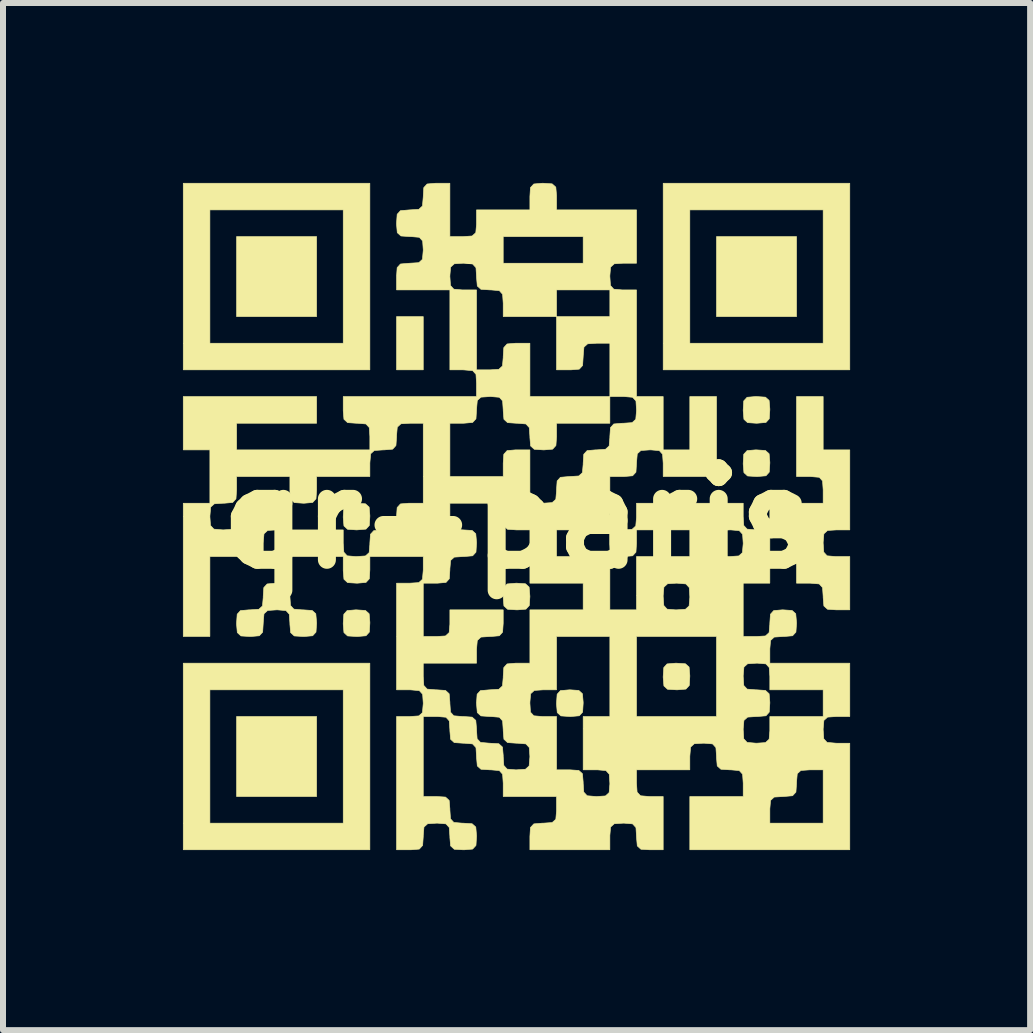
<source format=kicad_pcb>
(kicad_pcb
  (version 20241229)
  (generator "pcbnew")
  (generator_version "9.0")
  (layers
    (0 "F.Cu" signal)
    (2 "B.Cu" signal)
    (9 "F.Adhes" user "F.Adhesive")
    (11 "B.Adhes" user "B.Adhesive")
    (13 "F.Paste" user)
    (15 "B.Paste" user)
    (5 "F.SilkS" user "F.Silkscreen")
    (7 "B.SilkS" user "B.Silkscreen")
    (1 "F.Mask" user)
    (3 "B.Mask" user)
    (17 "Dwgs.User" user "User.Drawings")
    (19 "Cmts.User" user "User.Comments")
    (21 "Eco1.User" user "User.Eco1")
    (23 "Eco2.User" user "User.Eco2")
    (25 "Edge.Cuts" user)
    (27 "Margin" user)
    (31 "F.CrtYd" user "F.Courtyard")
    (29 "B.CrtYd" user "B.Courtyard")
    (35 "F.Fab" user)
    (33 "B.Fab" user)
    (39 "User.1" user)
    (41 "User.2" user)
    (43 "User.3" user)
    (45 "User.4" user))
  (footprint "qr-paris"
    (layer "F.Cu")
    (at 5.593 5.593)
    (property "Reference" "qr-paris" (at 0 0 0) (layer "F.SilkS") (effects (font (size 1.524 1.524) (thickness 0.3))))
    (attr through_hole)
    (fp_poly (pts (xy -3.365 -3.365) (xy -4.699 -3.365) (xy -4.699 -4.699) (xy -3.365 -4.699) (xy -3.365 -3.365)) (stroke (width 0.01) (type solid)) (fill yes) (layer "F.SilkS"))
    (fp_poly (pts (xy -3.365 4.636) (xy -4.699 4.636) (xy -4.699 3.302) (xy -3.365 3.302) (xy -3.365 4.636)) (stroke (width 0.01) (type solid)) (fill yes) (layer "F.SilkS"))
    (fp_poly (pts (xy -1.587 -2.477) (xy -2.032 -2.477) (xy -2.032 -3.365) (xy -1.587 -3.365) (xy -1.587 -2.477)) (stroke (width 0.01) (type solid)) (fill yes) (layer "F.SilkS"))
    (fp_poly (pts (xy 4.636 -3.365) (xy 3.302 -3.365) (xy 3.302 -4.699) (xy 4.636 -4.699) (xy 4.636 -3.365)) (stroke (width 0.01) (type solid)) (fill yes) (layer "F.SilkS"))
    (fp_poly (pts (xy -2.477 -2.477) (xy -5.588 -2.477) (xy -5.588 -5.144) (xy -5.144 -5.144) (xy -5.144 -2.921) (xy -2.921 -2.921) (xy -2.921 -5.144) (xy -5.144 -5.144) (xy -5.588 -5.144) (xy -5.588 -5.588) (xy -2.477 -5.588) (xy -2.477 -2.477)) (stroke (width 0.01) (type solid)) (fill yes) (layer "F.SilkS"))
    (fp_poly (pts (xy -2.477 5.524) (xy -5.588 5.524) (xy -5.588 2.857) (xy -5.144 2.857) (xy -5.144 5.08) (xy -2.921 5.08) (xy -2.921 2.857) (xy -5.144 2.857) (xy -5.588 2.857) (xy -5.588 2.413) (xy -2.477 2.413) (xy -2.477 5.524)) (stroke (width 0.01) (type solid)) (fill yes) (layer "F.SilkS"))
    (fp_poly (pts (xy 5.524 -2.477) (xy 2.413 -2.477) (xy 2.413 -5.144) (xy 2.857 -5.144) (xy 2.857 -2.921) (xy 5.08 -2.921) (xy 5.08 -5.144) (xy 2.857 -5.144) (xy 2.413 -5.144) (xy 2.413 -5.588) (xy 5.524 -5.588) (xy 5.524 -2.477)) (stroke (width 0.01) (type solid)) (fill yes) (layer "F.SilkS"))
    (fp_poly (pts (xy -2.55 -0.244) (xy -2.489 -0.189) (xy -2.477 -0.049) (xy -2.477 -0.032) (xy -2.486 0.117) (xy -2.542 0.178) (xy -2.682 0.19) (xy -2.699 0.191) (xy -2.848 0.181) (xy -2.909 0.125) (xy -2.921 -0.015) (xy -2.921 -0.032) (xy -2.911 -0.181) (xy -2.856 -0.242) (xy -2.716 -0.254) (xy -2.699 -0.254) (xy -2.55 -0.244)) (stroke (width 0.01) (type solid)) (fill yes) (layer "F.SilkS"))
    (fp_poly (pts (xy -2.55 1.534) (xy -2.489 1.589) (xy -2.477 1.729) (xy -2.477 1.746) (xy -2.486 1.895) (xy -2.542 1.956) (xy -2.682 1.968) (xy -2.699 1.968) (xy -2.848 1.959) (xy -2.909 1.903) (xy -2.921 1.763) (xy -2.921 1.746) (xy -2.911 1.597) (xy -2.856 1.536) (xy -2.716 1.524) (xy -2.699 1.524) (xy -2.55 1.534)) (stroke (width 0.01) (type solid)) (fill yes) (layer "F.SilkS"))
    (fp_poly (pts (xy 0.117 1.089) (xy 0.178 1.145) (xy 0.19 1.285) (xy 0.191 1.302) (xy 0.181 1.451) (xy 0.125 1.512) (xy -0.015 1.524) (xy -0.032 1.524) (xy -0.181 1.514) (xy -0.242 1.459) (xy -0.254 1.319) (xy -0.254 1.302) (xy -0.244 1.153) (xy -0.189 1.092) (xy -0.049 1.08) (xy -0.032 1.079) (xy 0.117 1.089)) (stroke (width 0.01) (type solid)) (fill yes) (layer "F.SilkS"))
    (fp_poly (pts (xy 1.006 2.867) (xy 1.067 2.923) (xy 1.079 3.063) (xy 1.079 3.08) (xy 1.07 3.229) (xy 1.014 3.29) (xy 0.874 3.302) (xy 0.857 3.302) (xy 0.708 3.292) (xy 0.647 3.237) (xy 0.635 3.097) (xy 0.635 3.08) (xy 0.645 2.931) (xy 0.7 2.87) (xy 0.84 2.858) (xy 0.857 2.857) (xy 1.006 2.867)) (stroke (width 0.01) (type solid)) (fill yes) (layer "F.SilkS"))
    (fp_poly (pts (xy 2.784 2.423) (xy 2.845 2.478) (xy 2.857 2.618) (xy 2.857 2.635) (xy 2.848 2.784) (xy 2.792 2.845) (xy 2.652 2.857) (xy 2.635 2.857) (xy 2.486 2.848) (xy 2.425 2.792) (xy 2.413 2.652) (xy 2.413 2.635) (xy 2.423 2.486) (xy 2.478 2.425) (xy 2.618 2.413) (xy 2.635 2.413) (xy 2.784 2.423)) (stroke (width 0.01) (type solid)) (fill yes) (layer "F.SilkS"))
    (fp_poly (pts (xy 4.118 -2.022) (xy 4.179 -1.967) (xy 4.191 -1.827) (xy 4.191 -1.81) (xy 4.181 -1.661) (xy 4.126 -1.6) (xy 3.986 -1.588) (xy 3.969 -1.587) (xy 3.82 -1.597) (xy 3.759 -1.653) (xy 3.747 -1.793) (xy 3.747 -1.81) (xy 3.756 -1.959) (xy 3.812 -2.02) (xy 3.952 -2.032) (xy 3.969 -2.032) (xy 4.118 -2.022)) (stroke (width 0.01) (type solid)) (fill yes) (layer "F.SilkS"))
    (fp_poly (pts (xy 4.118 -1.133) (xy 4.179 -1.078) (xy 4.191 -0.938) (xy 4.191 -0.921) (xy 4.181 -0.772) (xy 4.126 -0.711) (xy 3.986 -0.699) (xy 3.969 -0.699) (xy 3.82 -0.708) (xy 3.759 -0.764) (xy 3.747 -0.904) (xy 3.747 -0.921) (xy 3.756 -1.07) (xy 3.812 -1.131) (xy 3.952 -1.143) (xy 3.969 -1.143) (xy 4.118 -1.133)) (stroke (width 0.01) (type solid)) (fill yes) (layer "F.SilkS"))
    (fp_poly (pts (xy -3.883 1.089) (xy -3.822 1.145) (xy -3.81 1.285) (xy -3.81 1.302) (xy -3.8 1.451) (xy -3.745 1.512) (xy -3.605 1.524) (xy -3.588 1.524) (xy -3.439 1.534) (xy -3.378 1.589) (xy -3.366 1.729) (xy -3.365 1.746) (xy -3.375 1.895) (xy -3.431 1.956) (xy -3.571 1.968) (xy -3.588 1.968) (xy -3.737 1.959) (xy -3.798 1.903) (xy -3.81 1.763) (xy -3.81 1.746) (xy -3.82 1.597) (xy -3.875 1.536) (xy -4.015 1.524) (xy -4.032 1.524) (xy -4.181 1.534) (xy -4.242 1.589) (xy -4.254 1.729) (xy -4.255 1.746) (xy -4.264 1.895) (xy -4.32 1.956) (xy -4.46 1.968) (xy -4.477 1.968) (xy -4.626 1.959) (xy -4.687 1.903) (xy -4.699 1.763) (xy -4.699 1.746) (xy -4.689 1.597) (xy -4.634 1.536) (xy -4.494 1.524) (xy -4.477 1.524) (xy -4.328 1.514) (xy -4.267 1.459) (xy -4.255 1.319) (xy -4.255 1.302) (xy -4.245 1.153) (xy -4.189 1.092) (xy -4.049 1.08) (xy -4.032 1.079) (xy -3.883 1.089)) (stroke (width 0.01) (type solid)) (fill yes) (layer "F.SilkS"))
    (fp_poly (pts (xy -1.143 -4.699) (xy -0.921 -4.699) (xy -0.254 -4.699) (xy -0.254 -4.255) (xy 1.079 -4.255) (xy 1.079 -4.699) (xy -0.254 -4.699) (xy -0.921 -4.699) (xy -0.772 -4.709) (xy -0.711 -4.764) (xy -0.699 -4.904) (xy -0.699 -4.921) (xy -0.699 -5.144) (xy 0.191 -5.144) (xy 0.191 -5.366) (xy 0.2 -5.515) (xy 0.256 -5.576) (xy 0.396 -5.588) (xy 0.413 -5.588) (xy 0.562 -5.578) (xy 0.623 -5.523) (xy 0.635 -5.383) (xy 0.635 -5.366) (xy 0.635 -5.144) (xy 1.968 -5.144) (xy 1.968 -4.255) (xy 1.746 -4.255) (xy 1.597 -4.245) (xy 1.536 -4.189) (xy 1.524 -4.049) (xy 1.524 -4.032) (xy 1.534 -3.883) (xy 1.589 -3.822) (xy 1.729 -3.81) (xy 1.746 -3.81) (xy 1.968 -3.81) (xy 1.968 -2.032) (xy 2.413 -2.032) (xy 2.413 -1.143) (xy 2.857 -1.143) (xy 2.857 -2.032) (xy 3.302 -2.032) (xy 3.302 -0.699) (xy 2.413 -0.699) (xy 2.413 -0.921) (xy 2.403 -1.07) (xy 2.348 -1.131) (xy 2.208 -1.143) (xy 2.191 -1.143) (xy 2.042 -1.133) (xy 1.981 -1.078) (xy 1.969 -0.938) (xy 1.968 -0.921) (xy 1.959 -0.772) (xy 1.903 -0.711) (xy 1.763 -0.699) (xy 1.746 -0.699) (xy 1.524 -0.699) (xy 1.524 0.191) (xy 1.746 0.191) (xy 1.895 0.181) (xy 1.956 0.125) (xy 1.968 -0.015) (xy 1.968 -0.032) (xy 1.968 -0.254) (xy 3.747 -0.254) (xy 3.747 -0.032) (xy 3.756 0.117) (xy 3.812 0.178) (xy 3.952 0.19) (xy 3.969 0.191) (xy 4.118 0.181) (xy 4.179 0.125) (xy 4.191 -0.015) (xy 4.191 -0.032) (xy 4.191 -0.254) (xy 5.08 -0.254) (xy 5.08 -0.476) (xy 5.07 -0.625) (xy 5.015 -0.686) (xy 4.875 -0.698) (xy 4.858 -0.699) (xy 4.636 -0.699) (xy 4.636 -2.032) (xy 5.08 -2.032) (xy 5.08 -1.143) (xy 5.524 -1.143) (xy 5.524 0.191) (xy 5.302 0.191) (xy 5.153 0.2) (xy 5.092 0.256) (xy 5.08 0.396) (xy 5.08 0.413) (xy 5.09 0.562) (xy 5.145 0.623) (xy 5.285 0.635) (xy 5.302 0.635) (xy 5.524 0.635) (xy 5.524 1.524) (xy 5.302 1.524) (xy 5.153 1.514) (xy 5.092 1.459) (xy 5.08 1.319) (xy 5.08 1.302) (xy 5.07 1.153) (xy 5.015 1.092) (xy 4.875 1.08) (xy 4.858 1.079) (xy 4.636 1.079) (xy 4.636 0.191) (xy 4.191 0.191) (xy 4.191 1.079) (xy 3.747 1.079) (xy 3.747 1.968) (xy 3.969 1.968) (xy 4.118 1.959) (xy 4.179 1.903) (xy 4.191 1.763) (xy 4.191 1.746) (xy 4.201 1.597) (xy 4.256 1.536) (xy 4.396 1.524) (xy 4.413 1.524) (xy 4.562 1.534) (xy 4.623 1.589) (xy 4.635 1.729) (xy 4.636 1.746) (xy 4.626 1.895) (xy 4.57 1.956) (xy 4.43 1.968) (xy 4.413 1.968) (xy 4.264 1.978) (xy 4.203 2.034) (xy 4.191 2.174) (xy 4.191 2.191) (xy 4.191 2.413) (xy 5.524 2.413) (xy 5.524 3.302) (xy 5.302 3.302) (xy 5.153 3.312) (xy 5.092 3.367) (xy 5.08 3.507) (xy 5.08 3.524) (xy 5.09 3.673) (xy 5.145 3.734) (xy 5.285 3.746) (xy 5.302 3.747) (xy 5.524 3.747) (xy 5.524 5.524) (xy 2.857 5.524) (xy 2.857 4.858) (xy 4.191 4.858) (xy 4.191 5.08) (xy 5.08 5.08) (xy 5.08 4.191) (xy 4.858 4.191) (xy 4.709 4.201) (xy 4.648 4.256) (xy 4.636 4.396) (xy 4.636 4.413) (xy 4.626 4.562) (xy 4.57 4.623) (xy 4.43 4.635) (xy 4.413 4.636) (xy 4.264 4.645) (xy 4.203 4.701) (xy 4.191 4.841) (xy 4.191 4.858) (xy 2.857 4.858) (xy 2.857 4.636) (xy 3.747 4.636) (xy 3.747 4.413) (xy 3.737 4.264) (xy 3.681 4.203) (xy 3.541 4.191) (xy 3.524 4.191) (xy 3.375 4.181) (xy 3.314 4.126) (xy 3.302 3.986) (xy 3.302 3.969) (xy 3.292 3.82) (xy 3.237 3.759) (xy 3.097 3.747) (xy 3.08 3.747) (xy 2.931 3.756) (xy 2.87 3.812) (xy 2.858 3.952) (xy 2.857 3.969) (xy 2.857 4.191) (xy 1.968 4.191) (xy 1.968 4.413) (xy 1.978 4.562) (xy 2.034 4.623) (xy 2.174 4.635) (xy 2.191 4.636) (xy 2.413 4.636) (xy 2.413 5.524) (xy 2.191 5.524) (xy 2.042 5.515) (xy 1.981 5.459) (xy 1.969 5.319) (xy 1.968 5.302) (xy 1.959 5.153) (xy 1.903 5.092) (xy 1.763 5.08) (xy 1.746 5.08) (xy 1.597 5.09) (xy 1.536 5.145) (xy 1.524 5.285) (xy 1.524 5.302) (xy 1.524 5.524) (xy 0.191 5.524) (xy 0.191 5.302) (xy 0.2 5.153) (xy 0.256 5.092) (xy 0.396 5.08) (xy 0.413 5.08) (xy 0.562 5.07) (xy 0.623 5.015) (xy 0.635 4.875) (xy 0.635 4.858) (xy 0.635 4.636) (xy -0.254 4.636) (xy -0.254 4.413) (xy -0.264 4.264) (xy -0.319 4.203) (xy -0.459 4.191) (xy -0.476 4.191) (xy -0.625 4.181) (xy -0.686 4.126) (xy -0.698 3.986) (xy -0.699 3.969) (xy -0.708 3.82) (xy -0.764 3.759) (xy -0.904 3.747) (xy -0.921 3.747) (xy -1.07 3.737) (xy -1.131 3.681) (xy -1.143 3.541) (xy -1.143 3.524) (xy -1.153 3.375) (xy -1.208 3.314) (xy -1.348 3.302) (xy -1.365 3.302) (xy -1.587 3.302) (xy -1.587 4.636) (xy -1.365 4.636) (xy -1.216 4.645) (xy -1.155 4.701) (xy -1.143 4.841) (xy -1.143 4.858) (xy -1.133 5.007) (xy -1.078 5.068) (xy -0.938 5.08) (xy -0.921 5.08) (xy -0.772 5.09) (xy -0.711 5.145) (xy -0.699 5.285) (xy -0.699 5.302) (xy -0.708 5.451) (xy -0.764 5.512) (xy -0.904 5.524) (xy -0.921 5.524) (xy -1.07 5.515) (xy -1.131 5.459) (xy -1.143 5.319) (xy -1.143 5.302) (xy -1.153 5.153) (xy -1.208 5.092) (xy -1.348 5.08) (xy -1.365 5.08) (xy -1.514 5.09) (xy -1.575 5.145) (xy -1.587 5.285) (xy -1.587 5.302) (xy -1.597 5.451) (xy -1.653 5.512) (xy -1.793 5.524) (xy -1.81 5.524) (xy -2.032 5.524) (xy -2.032 3.302) (xy -1.81 3.302) (xy -1.661 3.292) (xy -1.6 3.237) (xy -1.588 3.097) (xy -1.587 3.08) (xy -1.597 2.931) (xy -1.653 2.87) (xy -1.793 2.858) (xy -1.81 2.857) (xy -2.032 2.857) (xy -2.032 1.079) (xy -1.81 1.079) (xy -1.587 1.079) (xy -1.587 1.968) (xy -1.365 1.968) (xy -1.216 1.959) (xy -1.155 1.903) (xy -1.143 1.763) (xy -1.143 1.746) (xy -1.143 1.524) (xy -0.254 1.524) (xy -0.254 1.746) (xy -0.264 1.895) (xy -0.319 1.956) (xy -0.459 1.968) (xy -0.476 1.968) (xy -0.625 1.978) (xy -0.686 2.034) (xy -0.698 2.174) (xy -0.699 2.191) (xy -0.699 2.413) (xy -1.587 2.413) (xy -1.587 2.635) (xy -1.578 2.784) (xy -1.522 2.845) (xy -1.382 2.857) (xy -1.365 2.857) (xy -1.216 2.867) (xy -1.155 2.923) (xy -1.143 3.063) (xy -1.143 3.08) (xy -1.133 3.229) (xy -1.078 3.29) (xy -0.938 3.302) (xy -0.921 3.302) (xy -0.772 3.312) (xy -0.711 3.367) (xy -0.699 3.507) (xy -0.699 3.524) (xy -0.689 3.673) (xy -0.633 3.734) (xy -0.493 3.746) (xy -0.476 3.747) (xy -0.327 3.756) (xy -0.266 3.812) (xy -0.254 3.952) (xy -0.254 3.969) (xy -0.244 4.118) (xy -0.189 4.179) (xy -0.049 4.191) (xy -0.032 4.191) (xy 0.117 4.181) (xy 0.178 4.126) (xy 0.19 3.986) (xy 0.191 3.969) (xy 0.181 3.82) (xy 0.125 3.759) (xy -0.015 3.747) (xy -0.032 3.747) (xy -0.181 3.737) (xy -0.242 3.681) (xy -0.254 3.541) (xy -0.254 3.524) (xy -0.264 3.375) (xy -0.319 3.314) (xy -0.459 3.302) (xy -0.476 3.302) (xy -0.625 3.292) (xy -0.686 3.237) (xy -0.698 3.097) (xy -0.699 3.08) (xy 0.191 3.08) (xy 0.2 3.229) (xy 0.256 3.29) (xy 0.396 3.302) (xy 0.413 3.302) (xy 0.635 3.302) (xy 0.635 4.191) (xy 0.857 4.191) (xy 1.006 4.201) (xy 1.067 4.256) (xy 1.079 4.396) (xy 1.079 4.413) (xy 1.089 4.562) (xy 1.145 4.623) (xy 1.285 4.635) (xy 1.302 4.636) (xy 1.451 4.626) (xy 1.512 4.57) (xy 1.524 4.43) (xy 1.524 4.413) (xy 1.514 4.264) (xy 1.459 4.203) (xy 1.319 4.191) (xy 1.302 4.191) (xy 1.079 4.191) (xy 1.079 3.302) (xy 1.524 3.302) (xy 1.524 1.968) (xy 1.968 1.968) (xy 1.968 3.302) (xy 3.302 3.302) (xy 3.302 2.635) (xy 3.747 2.635) (xy 3.756 2.784) (xy 3.812 2.845) (xy 3.952 2.857) (xy 3.969 2.857) (xy 4.118 2.867) (xy 4.179 2.923) (xy 4.191 3.063) (xy 4.191 3.08) (xy 4.181 3.229) (xy 4.126 3.29) (xy 3.986 3.302) (xy 3.969 3.302) (xy 3.82 3.312) (xy 3.759 3.367) (xy 3.747 3.507) (xy 3.747 3.524) (xy 3.756 3.673) (xy 3.812 3.734) (xy 3.952 3.746) (xy 3.969 3.747) (xy 4.118 3.737) (xy 4.179 3.681) (xy 4.191 3.541) (xy 4.191 3.524) (xy 4.191 3.302) (xy 5.08 3.302) (xy 5.08 2.857) (xy 4.191 2.857) (xy 4.191 2.635) (xy 4.181 2.486) (xy 4.126 2.425) (xy 3.986 2.413) (xy 3.969 2.413) (xy 3.82 2.423) (xy 3.759 2.478) (xy 3.747 2.618) (xy 3.747 2.635) (xy 3.302 2.635) (xy 3.302 1.968) (xy 1.968 1.968) (xy 1.524 1.968) (xy 0.635 1.968) (xy 0.635 2.857) (xy 0.413 2.857) (xy 0.264 2.867) (xy 0.203 2.923) (xy 0.191 3.063) (xy 0.191 3.08) (xy -0.699 3.08) (xy -0.689 2.931) (xy -0.633 2.87) (xy -0.493 2.858) (xy -0.476 2.857) (xy -0.327 2.848) (xy -0.266 2.792) (xy -0.254 2.652) (xy -0.254 2.635) (xy -0.244 2.486) (xy -0.189 2.425) (xy -0.049 2.413) (xy -0.032 2.413) (xy 0.191 2.413) (xy 0.191 1.524) (xy 1.079 1.524) (xy 1.079 1.079) (xy 0.191 1.079) (xy 0.191 0.191) (xy 0.635 0.191) (xy 0.635 0.635) (xy 1.524 0.635) (xy 1.524 1.524) (xy 1.968 1.524) (xy 1.968 1.302) (xy 2.413 1.302) (xy 2.423 1.451) (xy 2.478 1.512) (xy 2.618 1.524) (xy 2.635 1.524) (xy 2.784 1.514) (xy 2.845 1.459) (xy 2.857 1.319) (xy 2.857 1.302) (xy 2.848 1.153) (xy 2.792 1.092) (xy 2.652 1.08) (xy 2.635 1.079) (xy 2.486 1.089) (xy 2.425 1.145) (xy 2.413 1.285) (xy 2.413 1.302) (xy 1.968 1.302) (xy 1.968 0.635) (xy 2.857 0.635) (xy 2.857 0.413) (xy 3.302 0.413) (xy 3.312 0.562) (xy 3.367 0.623) (xy 3.507 0.635) (xy 3.524 0.635) (xy 3.673 0.625) (xy 3.734 0.57) (xy 3.746 0.43) (xy 3.747 0.413) (xy 3.737 0.264) (xy 3.681 0.203) (xy 3.541 0.191) (xy 3.524 0.191) (xy 3.375 0.2) (xy 3.314 0.256) (xy 3.302 0.396) (xy 3.302 0.413) (xy 2.857 0.413) (xy 2.857 0.191) (xy 1.968 0.191) (xy 1.968 0.413) (xy 1.959 0.562) (xy 1.903 0.623) (xy 1.763 0.635) (xy 1.746 0.635) (xy 1.597 0.625) (xy 1.536 0.57) (xy 1.524 0.43) (xy 1.524 0.413) (xy 1.524 0.191) (xy 0.635 0.191) (xy 0.191 0.191) (xy -0.032 0.191) (xy -0.181 0.181) (xy -0.242 0.125) (xy -0.254 -0.015) (xy -0.254 -0.032) (xy -0.254 -0.254) (xy -1.143 -0.254) (xy -1.143 -0.032) (xy -1.133 0.117) (xy -1.078 0.178) (xy -0.938 0.19) (xy -0.921 0.191) (xy -0.772 0.2) (xy -0.711 0.256) (xy -0.699 0.396) (xy -0.699 0.413) (xy -0.708 0.562) (xy -0.764 0.623) (xy -0.904 0.635) (xy -0.921 0.635) (xy -1.07 0.645) (xy -1.131 0.7) (xy -1.143 0.84) (xy -1.143 0.857) (xy -1.153 1.006) (xy -1.208 1.067) (xy -1.348 1.079) (xy -1.365 1.079) (xy -1.587 1.079) (xy -1.81 1.079) (xy -1.661 1.07) (xy -1.6 1.014) (xy -1.588 0.874) (xy -1.587 0.857) (xy -1.587 0.635) (xy -2.477 0.635) (xy -2.477 0.857) (xy -2.486 1.006) (xy -2.542 1.067) (xy -2.682 1.079) (xy -2.699 1.079) (xy -2.848 1.07) (xy -2.909 1.014) (xy -2.921 0.874) (xy -2.921 0.857) (xy -2.921 0.635) (xy -3.81 0.635) (xy -3.81 0.413) (xy -3.82 0.264) (xy -3.875 0.203) (xy -4.015 0.191) (xy -4.032 0.191) (xy -4.181 0.2) (xy -4.242 0.256) (xy -4.254 0.396) (xy -4.255 0.413) (xy -4.255 0.635) (xy -5.144 0.635) (xy -5.144 1.968) (xy -5.588 1.968) (xy -5.588 -0.032) (xy -5.144 -0.032) (xy -5.134 0.117) (xy -5.078 0.178) (xy -4.938 0.19) (xy -4.921 0.191) (xy -4.772 0.181) (xy -4.711 0.125) (xy -4.699 -0.015) (xy -4.699 -0.032) (xy -4.699 -0.254) (xy -3.81 -0.254) (xy -3.81 0.191) (xy -2.921 0.191) (xy -2.921 0.413) (xy -2.911 0.562) (xy -2.856 0.623) (xy -2.716 0.635) (xy -2.699 0.635) (xy -2.55 0.625) (xy -2.489 0.57) (xy -2.477 0.43) (xy -2.477 0.413) (xy -2.467 0.264) (xy -2.411 0.203) (xy -2.271 0.191) (xy -2.254 0.191) (xy -2.105 0.181) (xy -2.044 0.125) (xy -2.032 -0.015) (xy -2.032 -0.032) (xy -2.022 -0.181) (xy -1.967 -0.242) (xy -1.827 -0.254) (xy -1.81 -0.254) (xy -1.587 -0.254) (xy -1.587 -1.587) (xy -1.143 -1.587) (xy -1.143 -0.699) (xy -0.254 -0.699) (xy -0.254 -0.921) (xy -0.244 -1.07) (xy -0.189 -1.131) (xy -0.049 -1.143) (xy -0.032 -1.143) (xy 0.191 -1.143) (xy 0.191 -0.254) (xy 0.413 -0.254) (xy 0.562 -0.264) (xy 0.623 -0.319) (xy 0.635 -0.459) (xy 0.635 -0.476) (xy 0.645 -0.625) (xy 0.7 -0.686) (xy 0.84 -0.698) (xy 0.857 -0.699) (xy 1.006 -0.708) (xy 1.067 -0.764) (xy 1.079 -0.904) (xy 1.079 -0.921) (xy 1.089 -1.07) (xy 1.145 -1.131) (xy 1.285 -1.143) (xy 1.302 -1.143) (xy 1.451 -1.153) (xy 1.512 -1.208) (xy 1.524 -1.348) (xy 1.524 -1.365) (xy 1.534 -1.514) (xy 1.589 -1.575) (xy 1.729 -1.587) (xy 1.746 -1.587) (xy 1.895 -1.597) (xy 1.956 -1.653) (xy 1.968 -1.793) (xy 1.968 -1.81) (xy 1.959 -1.959) (xy 1.903 -2.02) (xy 1.763 -2.032) (xy 1.746 -2.032) (xy 1.524 -2.032) (xy 1.524 -1.587) (xy 0.635 -1.587) (xy 0.635 -1.365) (xy 0.625 -1.216) (xy 0.57 -1.155) (xy 0.43 -1.143) (xy 0.413 -1.143) (xy 0.264 -1.153) (xy 0.203 -1.208) (xy 0.191 -1.348) (xy 0.191 -1.365) (xy 0.181 -1.514) (xy 0.125 -1.575) (xy -0.015 -1.587) (xy -0.032 -1.587) (xy -0.181 -1.597) (xy -0.242 -1.653) (xy -0.254 -1.793) (xy -0.254 -1.81) (xy -0.264 -1.959) (xy -0.319 -2.02) (xy -0.459 -2.032) (xy -0.476 -2.032) (xy -0.625 -2.022) (xy -0.686 -1.967) (xy -0.698 -1.827) (xy -0.699 -1.81) (xy -0.708 -1.661) (xy -0.764 -1.6) (xy -0.904 -1.588) (xy -0.921 -1.587) (xy -1.143 -1.587) (xy -1.587 -1.587) (xy -1.81 -1.587) (xy -1.959 -1.578) (xy -2.02 -1.522) (xy -2.032 -1.382) (xy -2.032 -1.365) (xy -2.042 -1.216) (xy -2.097 -1.155) (xy -2.237 -1.143) (xy -2.254 -1.143) (xy -2.403 -1.133) (xy -2.464 -1.078) (xy -2.476 -0.938) (xy -2.477 -0.921) (xy -2.477 -0.699) (xy -3.365 -0.699) (xy -3.365 -0.476) (xy -3.375 -0.327) (xy -3.431 -0.266) (xy -3.571 -0.254) (xy -3.588 -0.254) (xy -3.737 -0.264) (xy -3.798 -0.319) (xy -3.81 -0.459) (xy -3.81 -0.476) (xy -3.81 -0.699) (xy -4.699 -0.699) (xy -4.699 -0.476) (xy -4.709 -0.327) (xy -4.764 -0.266) (xy -4.904 -0.254) (xy -4.921 -0.254) (xy -5.07 -0.244) (xy -5.131 -0.189) (xy -5.143 -0.049) (xy -5.144 -0.032) (xy -5.588 -0.032) (xy -5.588 -0.254) (xy -5.144 -0.254) (xy -5.144 -1.143) (xy -5.588 -1.143) (xy -5.588 -2.032) (xy -3.365 -2.032) (xy -3.365 -1.587) (xy -4.699 -1.587) (xy -4.699 -1.143) (xy -2.477 -1.143) (xy -2.477 -1.365) (xy -2.486 -1.514) (xy -2.542 -1.575) (xy -2.682 -1.587) (xy -2.699 -1.587) (xy -2.848 -1.597) (xy -2.909 -1.653) (xy -2.921 -1.793) (xy -2.921 -1.81) (xy -2.921 -2.032) (xy -0.699 -2.032) (xy -0.699 -2.254) (xy -0.708 -2.403) (xy -0.764 -2.464) (xy -0.904 -2.476) (xy -0.921 -2.477) (xy -1.143 -2.477) (xy -1.143 -3.81) (xy -2.032 -3.81) (xy -2.032 -4.032) (xy -1.143 -4.032) (xy -1.133 -3.883) (xy -1.078 -3.822) (xy -0.938 -3.81) (xy -0.921 -3.81) (xy -0.699 -3.81) (xy -0.699 -2.477) (xy -0.476 -2.477) (xy -0.327 -2.486) (xy -0.266 -2.542) (xy -0.254 -2.682) (xy -0.254 -2.699) (xy -0.244 -2.848) (xy -0.189 -2.909) (xy -0.049 -2.921) (xy -0.032 -2.921) (xy 0.191 -2.921) (xy 0.191 -2.032) (xy 1.524 -2.032) (xy 1.524 -2.921) (xy 1.302 -2.921) (xy 1.153 -2.911) (xy 1.092 -2.856) (xy 1.08 -2.716) (xy 1.079 -2.699) (xy 1.07 -2.55) (xy 1.014 -2.489) (xy 0.874 -2.477) (xy 0.857 -2.477) (xy 0.635 -2.477) (xy 0.635 -3.365) (xy -0.254 -3.365) (xy -0.254 -3.588) (xy -0.264 -3.737) (xy -0.319 -3.798) (xy -0.459 -3.81) (xy -0.476 -3.81) (xy 0.635 -3.81) (xy 0.635 -3.365) (xy 1.524 -3.365) (xy 1.524 -3.81) (xy 0.635 -3.81) (xy -0.476 -3.81) (xy -0.625 -3.82) (xy -0.686 -3.875) (xy -0.698 -4.015) (xy -0.699 -4.032) (xy -0.708 -4.181) (xy -0.764 -4.242) (xy -0.904 -4.254) (xy -0.921 -4.255) (xy -1.07 -4.245) (xy -1.131 -4.189) (xy -1.143 -4.049) (xy -1.143 -4.032) (xy -2.032 -4.032) (xy -2.022 -4.181) (xy -1.967 -4.242) (xy -1.827 -4.254) (xy -1.81 -4.255) (xy -1.661 -4.264) (xy -1.6 -4.32) (xy -1.588 -4.46) (xy -1.587 -4.477) (xy -1.597 -4.626) (xy -1.653 -4.687) (xy -1.793 -4.699) (xy -1.81 -4.699) (xy -1.959 -4.709) (xy -2.02 -4.764) (xy -2.032 -4.904) (xy -2.032 -4.921) (xy -2.022 -5.07) (xy -1.967 -5.131) (xy -1.827 -5.143) (xy -1.81 -5.144) (xy -1.661 -5.153) (xy -1.6 -5.209) (xy -1.588 -5.349) (xy -1.587 -5.366) (xy -1.578 -5.515) (xy -1.522 -5.576) (xy -1.382 -5.588) (xy -1.365 -5.588) (xy -1.143 -5.588) (xy -1.143 -4.699)) (stroke (width 0.01) (type solid)) (fill yes) (layer "F.SilkS")))
  (gr_rect
    (start -3 -3)
    (end 14.123 14.123)
    (stroke (width 0.1) (type default))
    (fill no)
    (layer "Edge.Cuts")))
</source>
